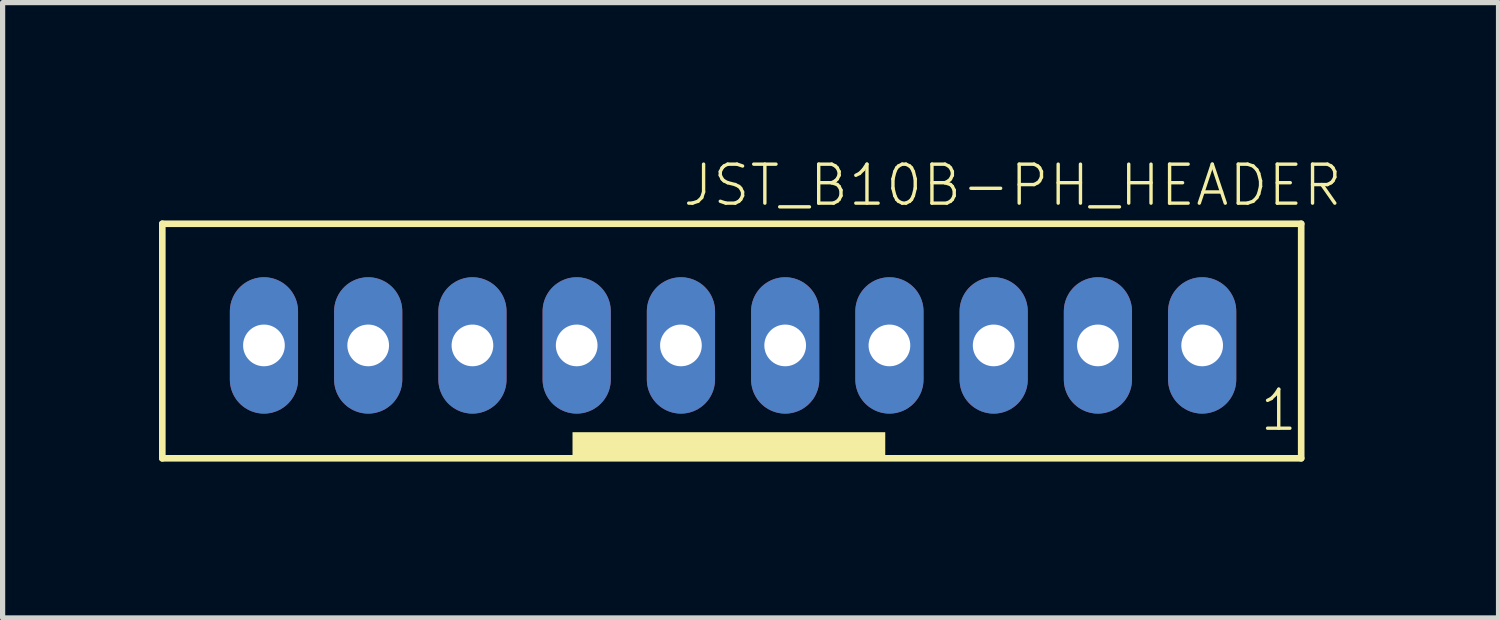
<source format=kicad_pcb>
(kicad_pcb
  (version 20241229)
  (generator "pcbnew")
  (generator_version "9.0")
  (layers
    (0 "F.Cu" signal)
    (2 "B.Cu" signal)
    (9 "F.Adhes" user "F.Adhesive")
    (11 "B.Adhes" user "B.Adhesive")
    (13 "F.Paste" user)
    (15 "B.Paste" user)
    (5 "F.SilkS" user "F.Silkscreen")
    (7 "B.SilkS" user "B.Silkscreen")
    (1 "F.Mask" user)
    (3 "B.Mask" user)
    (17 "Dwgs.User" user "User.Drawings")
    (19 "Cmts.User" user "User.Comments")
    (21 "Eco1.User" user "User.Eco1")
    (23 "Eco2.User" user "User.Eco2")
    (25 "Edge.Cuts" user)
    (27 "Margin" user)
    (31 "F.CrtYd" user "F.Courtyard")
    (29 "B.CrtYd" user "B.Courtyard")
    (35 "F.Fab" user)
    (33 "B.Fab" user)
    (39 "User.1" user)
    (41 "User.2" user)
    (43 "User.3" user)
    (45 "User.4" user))
  (footprint "JST_B10B-PH_HEADER"
    (layer "F.Cu")
    (at 16.014 3.625)
    (property "Reference" "JST_B10B-PH_HEADER" (at -6 -2.683 0) (layer "F.SilkS") (effects (font (size 0.748 0.748) (thickness 0.065)) (justify left bottom)))
    (fp_line (start -15.95 -2.382) (end 5.9 -2.382) (stroke (width 0.127) (type solid)) (layer "F.SilkS"))
    (fp_line (start -15.95 2.118) (end -15.95 -2.382) (stroke (width 0.127) (type solid)) (layer "F.SilkS"))
    (fp_line (start 5.9 -2.382) (end 5.9 2.118) (stroke (width 0.127) (type solid)) (layer "F.SilkS"))
    (fp_line (start 5.9 2.118) (end -15.95 2.118) (stroke (width 0.127) (type solid)) (layer "F.SilkS"))
    (fp_poly (pts (xy -8.08 2.118) (xy -2.08 2.118) (xy -2.08 1.617) (xy -8.08 1.617)) (stroke (width 0) (type solid)) (fill yes) (layer "F.SilkS"))
    (fp_text user "1" (at 5.07 1.635 0) (layer "F.SilkS") (effects (font (size 0.748 0.748) (thickness 0.065)) (justify left bottom)))
    (pad "P1" thru_hole oval (at 4 -0.048 90) (size 2.616 1.308) (drill 0.8) (layers "*.Cu" "*.Mask"))
    (pad "P2" thru_hole oval (at 2 -0.048 90) (size 2.616 1.308) (drill 0.8) (layers "*.Cu" "*.Mask"))
    (pad "P3" thru_hole oval (at 0 -0.048 90) (size 2.616 1.308) (drill 0.8) (layers "*.Cu" "*.Mask"))
    (pad "P4" thru_hole oval (at -2 -0.048 90) (size 2.616 1.308) (drill 0.8) (layers "*.Cu" "*.Mask"))
    (pad "P5" thru_hole oval (at -4 -0.048 90) (size 2.616 1.308) (drill 0.8) (layers "*.Cu" "*.Mask"))
    (pad "P6" thru_hole oval (at -6 -0.048 90) (size 2.616 1.308) (drill 0.8) (layers "*.Cu" "*.Mask"))
    (pad "P7" thru_hole oval (at -8 -0.048 90) (size 2.616 1.308) (drill 0.8) (layers "*.Cu" "*.Mask"))
    (pad "P8" thru_hole oval (at -10 -0.048 90) (size 2.616 1.308) (drill 0.8) (layers "*.Cu" "*.Mask"))
    (pad "P9" thru_hole oval (at -12 -0.048 90) (size 2.616 1.308) (drill 0.8) (layers "*.Cu" "*.Mask"))
    (pad "P10" thru_hole oval (at -14 -0.048 90) (size 2.616 1.308) (drill 0.8) (layers "*.Cu" "*.Mask")))
  (gr_rect
    (start -3 -3)
    (end 25.7 8.806)
    (stroke (width 0.1) (type default))
    (fill no)
    (layer "Edge.Cuts")))
</source>
